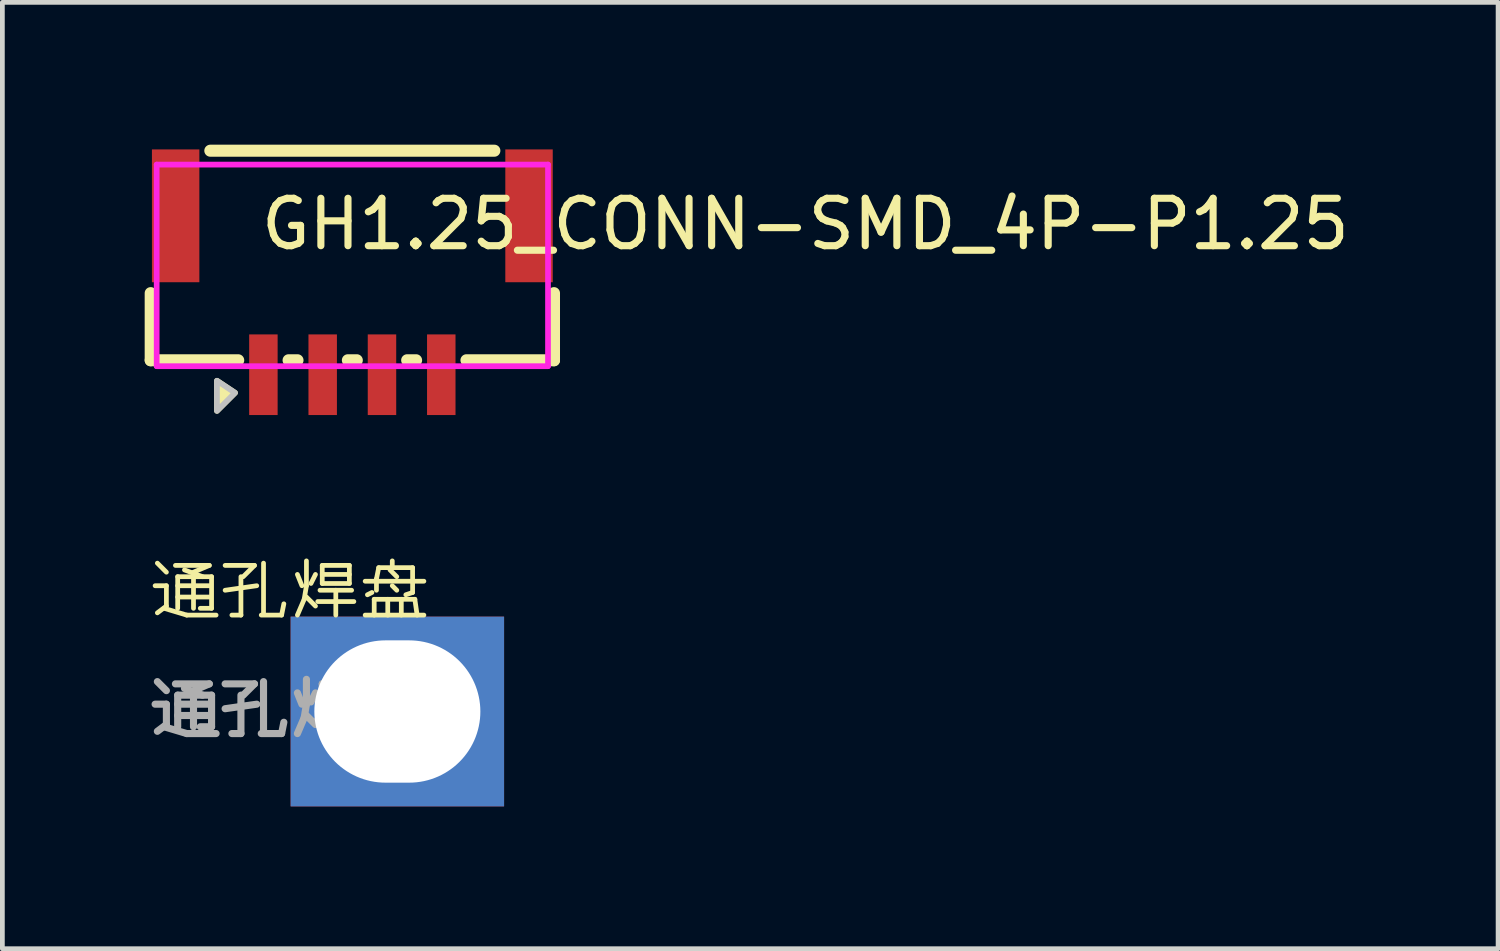
<source format=kicad_pcb>
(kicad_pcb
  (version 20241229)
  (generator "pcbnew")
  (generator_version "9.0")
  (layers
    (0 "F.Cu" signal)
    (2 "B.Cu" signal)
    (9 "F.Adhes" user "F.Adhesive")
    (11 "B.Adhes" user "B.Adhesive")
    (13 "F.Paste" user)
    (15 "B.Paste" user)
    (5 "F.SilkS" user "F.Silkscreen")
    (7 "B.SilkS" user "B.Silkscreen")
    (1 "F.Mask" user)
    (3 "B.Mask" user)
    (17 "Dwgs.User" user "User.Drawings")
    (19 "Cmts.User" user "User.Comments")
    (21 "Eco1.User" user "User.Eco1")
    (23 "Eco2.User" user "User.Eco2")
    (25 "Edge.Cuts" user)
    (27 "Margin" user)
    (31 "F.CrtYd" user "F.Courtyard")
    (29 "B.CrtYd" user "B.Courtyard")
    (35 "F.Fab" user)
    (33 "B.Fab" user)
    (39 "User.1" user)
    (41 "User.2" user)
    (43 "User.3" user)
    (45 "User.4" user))
  (footprint "通孔焊盘"
    (layer "F.Cu")
    (at 3.077 9.96)
    (property "Reference" "通孔焊盘" (at 0 -0.5 0) (unlocked yes) (layer "F.SilkS") (effects (font (size 1 1) (thickness 0.1))))
    (attr through_hole)
    (fp_text user "${REFERENCE}" (at 0 2 0) (unlocked yes) (layer "F.Fab") (effects (font (size 1 1) (thickness 0.15))))
    (pad "1" thru_hole custom (at 2.25 1.99) (size 4.5 4) (drill oval 3.5 3) (layers "*.Cu" "*.Mask") (options (anchor rect)) (primitives)))
  (footprint "GH1.25_CONN-SMD_4P-P1.25"
    (layer "F.Cu")
    (at 4.378 3.175)
    (property "Reference" "GH1.25_CONN-SMD_4P-P1.25" (at -2 -1.5 0) (layer "F.SilkS") (effects (font (size 1 1) (thickness 0.15)) (justify left)))
    (attr through_hole)
    (fp_line (start -4.251 -0.045) (end -4.251 1.37) (stroke (width 0.254) (type solid)) (layer "F.SilkS"))
    (fp_line (start -4.251 1.37) (end -2.406 1.37) (stroke (width 0.254) (type solid)) (layer "F.SilkS"))
    (fp_line (start -2.994 -3.048) (end 2.994 -3.048) (stroke (width 0.254) (type solid)) (layer "F.SilkS"))
    (fp_line (start -1.344 1.37) (end -1.156 1.37) (stroke (width 0.254) (type solid)) (layer "F.SilkS"))
    (fp_line (start -0.094 1.37) (end 0.094 1.37) (stroke (width 0.254) (type solid)) (layer "F.SilkS"))
    (fp_line (start 1.156 1.37) (end 1.344 1.37) (stroke (width 0.254) (type solid)) (layer "F.SilkS"))
    (fp_line (start 2.406 1.37) (end 4.251 1.37) (stroke (width 0.254) (type solid)) (layer "F.SilkS"))
    (fp_line (start 4.251 1.37) (end 4.251 -0.045) (stroke (width 0.254) (type solid)) (layer "F.SilkS"))
    (fp_poly (pts (xy -2.473 2.056) (xy -2.854 2.437) (xy -2.854 1.802)) (stroke (width 0.12) (type solid)) (fill yes) (layer "F.SilkS"))
    (fp_poly (pts (xy -2.473 2.056) (xy -2.854 2.437) (xy -2.854 1.802)) (stroke (width 0.12) (type solid)) (fill no) (layer "Dwgs.User"))
    (fp_circle (center -4.125 2.2) (end -4.095 2.2) (stroke (width 0.06) (type solid)) (fill no) (layer "Eco2.User"))
    (fp_poly (pts (xy -3.625 -0.675) (xy -3.825 -0.675) (xy -3.825 -2.675) (xy -3.625 -2.675)) (stroke (width 0.12) (type solid)) (fill no) (layer "Eco2.User"))
    (fp_poly (pts (xy -1.775 2.2) (xy -1.975 2.2) (xy -1.975 0.9) (xy -1.775 0.9)) (stroke (width 0.12) (type solid)) (fill no) (layer "Eco2.User"))
    (fp_poly (pts (xy -0.525 2.2) (xy -0.725 2.2) (xy -0.725 0.9) (xy -0.525 0.9)) (stroke (width 0.12) (type solid)) (fill no) (layer "Eco2.User"))
    (fp_poly (pts (xy 0.725 2.2) (xy 0.525 2.2) (xy 0.525 0.9) (xy 0.725 0.9)) (stroke (width 0.12) (type solid)) (fill no) (layer "Eco2.User"))
    (fp_poly (pts (xy 1.975 2.2) (xy 1.775 2.2) (xy 1.775 0.9) (xy 1.975 0.9)) (stroke (width 0.12) (type solid)) (fill no) (layer "Eco2.User"))
    (fp_poly (pts (xy 3.825 -0.675) (xy 3.625 -0.675) (xy 3.625 -2.675) (xy 3.825 -2.675)) (stroke (width 0.12) (type solid)) (fill no) (layer "Eco2.User"))
    (fp_line (start -4.125 -2.755) (end 4.125 -2.755) (stroke (width 0.12) (type solid)) (layer "F.CrtYd"))
    (fp_line (start -4.125 1.495) (end -4.125 -2.755) (stroke (width 0.12) (type solid)) (layer "F.CrtYd"))
    (fp_line (start 4.125 -2.755) (end 4.125 1.495) (stroke (width 0.12) (type solid)) (layer "F.CrtYd"))
    (fp_line (start 4.125 1.495) (end -4.125 1.495) (stroke (width 0.12) (type solid)) (layer "F.CrtYd"))
    (pad "1" smd rect (at -1.875 1.675 180) (size 0.6 1.7) (layers "F.Cu" "F.Mask" "F.Paste"))
    (pad "2" smd rect (at -0.625 1.675 180) (size 0.6 1.7) (layers "F.Cu" "F.Mask" "F.Paste"))
    (pad "3" smd rect (at 0.625 1.675 180) (size 0.6 1.7) (layers "F.Cu" "F.Mask" "F.Paste"))
    (pad "4" smd rect (at 1.875 1.675 180) (size 0.6 1.7) (layers "F.Cu" "F.Mask" "F.Paste"))
    (pad "5" smd rect (at 3.725 -1.675 180) (size 1 2.8) (layers "F.Cu" "F.Mask" "F.Paste"))
    (pad "6" smd rect (at -3.725 -1.675 180) (size 1 2.8) (layers "F.Cu" "F.Mask" "F.Paste")))
  (gr_rect
    (start -3 -3)
    (end 28.533 16.951)
    (stroke (width 0.1) (type default))
    (fill no)
    (layer "Edge.Cuts")))
</source>
